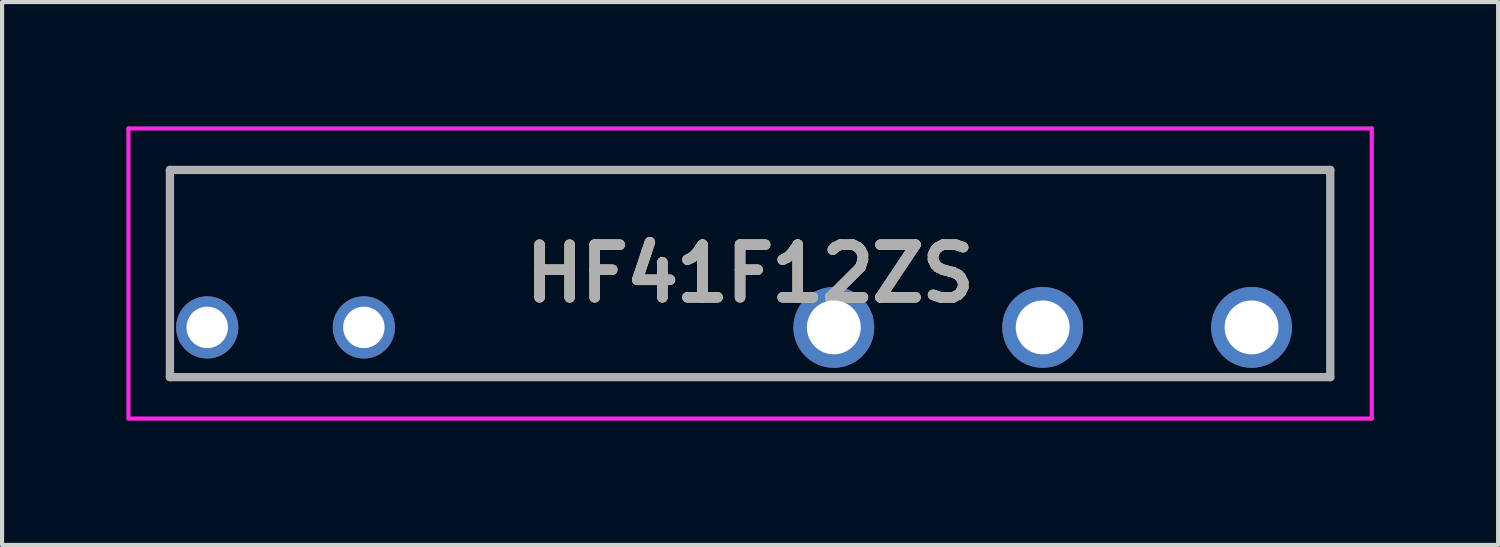
<source format=kicad_pcb>
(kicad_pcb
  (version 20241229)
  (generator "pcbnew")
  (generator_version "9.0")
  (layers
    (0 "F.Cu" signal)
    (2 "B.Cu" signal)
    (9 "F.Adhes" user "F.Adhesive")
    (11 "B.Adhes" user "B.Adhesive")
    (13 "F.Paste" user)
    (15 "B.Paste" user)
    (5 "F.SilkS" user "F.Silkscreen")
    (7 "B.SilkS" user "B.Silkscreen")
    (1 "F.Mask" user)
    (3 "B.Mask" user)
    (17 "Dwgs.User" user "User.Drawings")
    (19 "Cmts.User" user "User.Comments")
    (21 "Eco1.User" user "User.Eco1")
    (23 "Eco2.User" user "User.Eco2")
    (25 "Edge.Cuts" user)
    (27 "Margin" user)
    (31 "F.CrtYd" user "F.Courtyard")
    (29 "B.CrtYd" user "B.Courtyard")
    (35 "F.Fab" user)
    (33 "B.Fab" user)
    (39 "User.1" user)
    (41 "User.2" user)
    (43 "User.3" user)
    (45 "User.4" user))
  (footprint "HF41F12ZS"
    (layer "F.Cu")
    (at 1.95 4.85)
    (property "Reference" "HF41F12ZS" (at 13.1 -1.3 0) (layer "F.SilkS") (effects (font (size 1.27 1.27) (thickness 0.254))))
    (attr through_hole)
    (fp_line (start -0.9 -3.8) (end 27.1 -3.8) (stroke (width 0.1) (type solid)) (layer "F.SilkS"))
    (fp_line (start -1.9 -4.8) (end 28.1 -4.8) (stroke (width 0.1) (type solid)) (layer "F.CrtYd"))
    (fp_line (start -1.9 2.2) (end -1.9 -4.8) (stroke (width 0.1) (type solid)) (layer "F.CrtYd"))
    (fp_line (start 28.1 -4.8) (end 28.1 2.2) (stroke (width 0.1) (type solid)) (layer "F.CrtYd"))
    (fp_line (start 28.1 2.2) (end -1.9 2.2) (stroke (width 0.1) (type solid)) (layer "F.CrtYd"))
    (fp_line (start -0.9 -3.8) (end 27.1 -3.8) (stroke (width 0.2) (type solid)) (layer "F.Fab"))
    (fp_line (start -0.9 1.2) (end -0.9 -3.8) (stroke (width 0.2) (type solid)) (layer "F.Fab"))
    (fp_line (start 27.1 -3.8) (end 27.1 1.2) (stroke (width 0.2) (type solid)) (layer "F.Fab"))
    (fp_line (start 27.1 1.2) (end -0.9 1.2) (stroke (width 0.2) (type solid)) (layer "F.Fab"))
    (fp_text user "${REFERENCE}" (at 13.1 -1.3 0) (layer "F.Fab") (effects (font (size 1.27 1.27) (thickness 0.254))))
    (pad "1" thru_hole circle (at 0 0) (size 1.5 1.5) (drill 1) (layers "*.Cu" "*.Mask"))
    (pad "2" thru_hole circle (at 3.78 0) (size 1.5 1.5) (drill 1) (layers "*.Cu" "*.Mask"))
    (pad "3" thru_hole circle (at 15.12 0) (size 1.95 1.95) (drill 1.3) (layers "*.Cu" "*.Mask"))
    (pad "4" thru_hole circle (at 20.16 0) (size 1.95 1.95) (drill 1.3) (layers "*.Cu" "*.Mask"))
    (pad "5" thru_hole circle (at 25.2 0) (size 1.95 1.95) (drill 1.3) (layers "*.Cu" "*.Mask")))
  (gr_rect
    (start -3 -3)
    (end 33.1 10.1)
    (stroke (width 0.1) (type default))
    (fill no)
    (layer "Edge.Cuts")))
</source>
